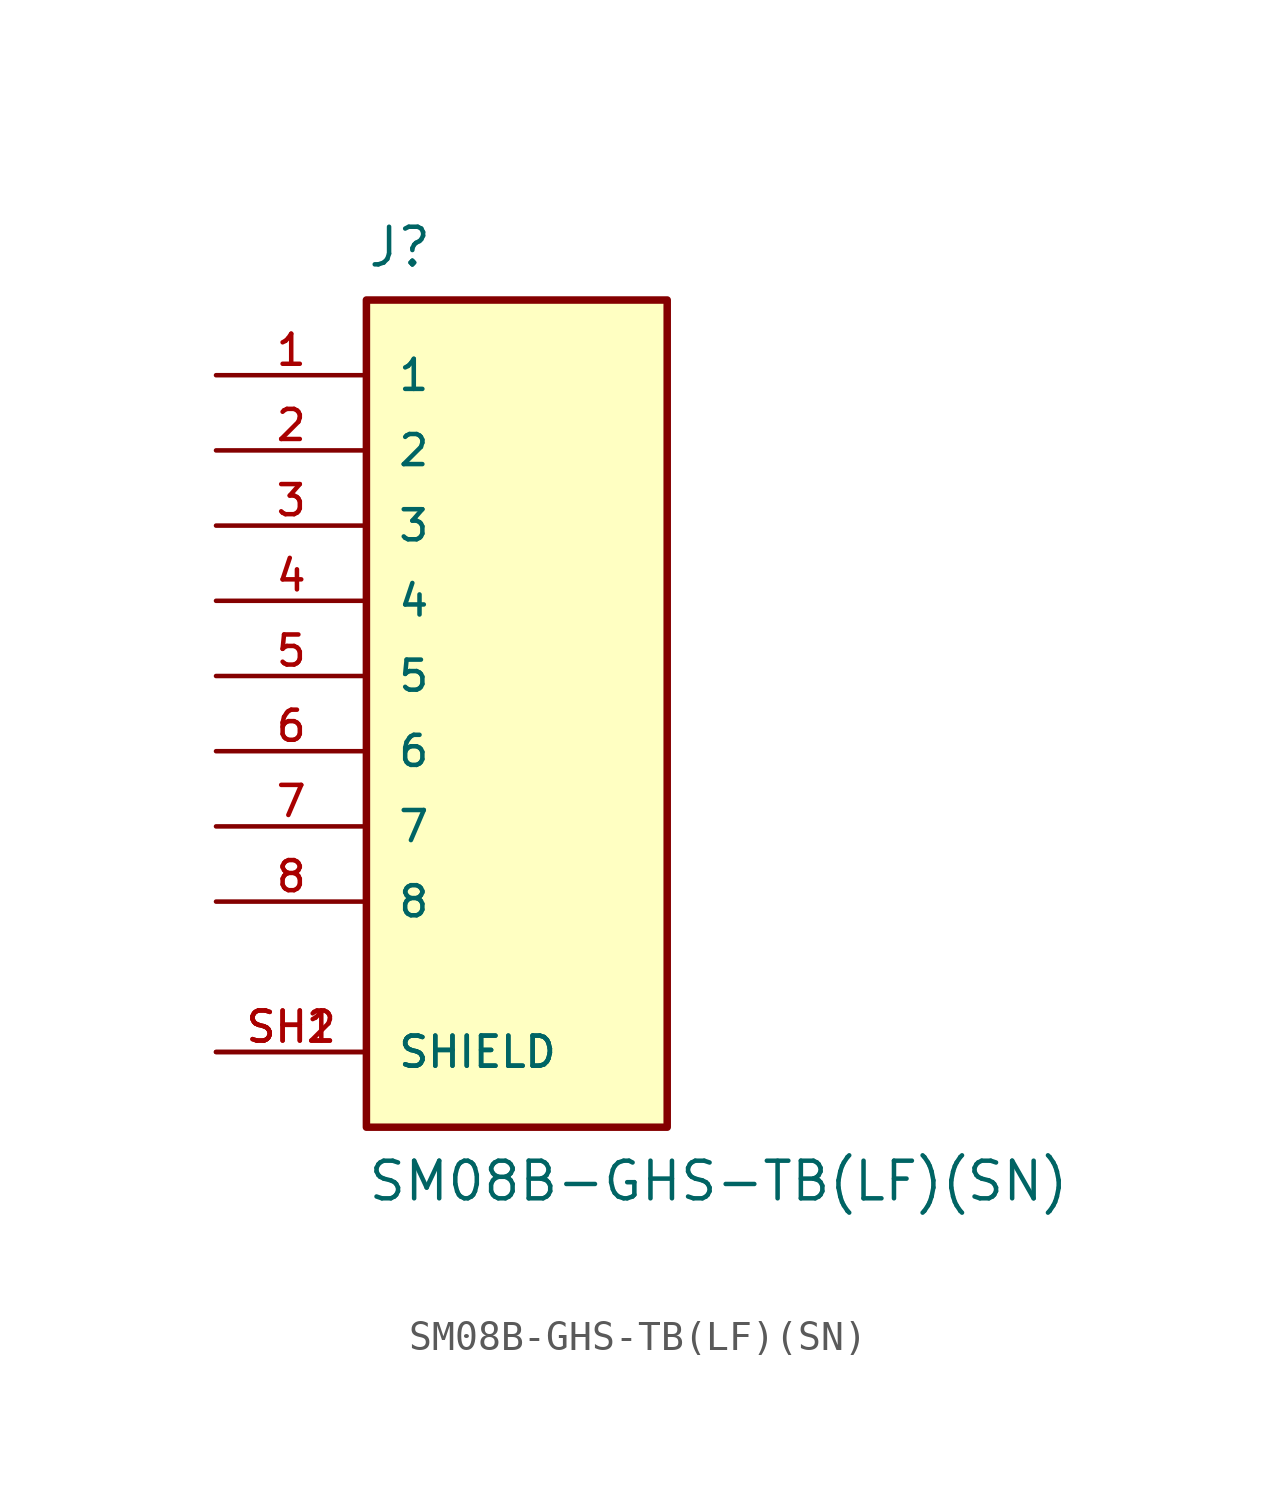
<source format=kicad_sym>
(kicad_symbol_lib
  (version 20211014)
  (generator kicad_symbol_editor)
  (symbol "SM08B-GHS-TB(LF)(SN)"
    (pin_names
      (offset 1.016))
    (property "Reference" "J"
      (at -5.08 13.741 0)
      (effects (font (size 1.27 1.27)) (justify left bottom)))
    (property "Value" "SM08B-GHS-TB(LF)(SN)"
      (at -5.08 -17.805 0)
      (effects (font (size 1.27 1.27)) (justify left bottom)))
    (property "ki_locked" ""
      (at 0 0 0)
      (effects (font (size 1.27 1.27))))
    (symbol "SM08B-GHS-TB(LF)(SN)_0_0"
      (rectangle (start -5.08 -15.24) (end 5.08 12.7) (stroke (width 0.254) (type default) (color 0 0 0 0)) (fill (type background)))
      (pin passive line (at -10.16 10.16 0) (length 5.08) (name "1" (effects (font (size 1.016 1.016)))) (number "1" (effects (font (size 1.016 1.016)))))
      (pin passive line (at -10.16 7.62 0) (length 5.08) (name "2" (effects (font (size 1.016 1.016)))) (number "2" (effects (font (size 1.016 1.016)))))
      (pin passive line (at -10.16 5.08 0) (length 5.08) (name "3" (effects (font (size 1.016 1.016)))) (number "3" (effects (font (size 1.016 1.016)))))
      (pin passive line (at -10.16 2.54 0) (length 5.08) (name "4" (effects (font (size 1.016 1.016)))) (number "4" (effects (font (size 1.016 1.016)))))
      (pin passive line (at -10.16 0 0) (length 5.08) (name "5" (effects (font (size 1.016 1.016)))) (number "5" (effects (font (size 1.016 1.016)))))
      (pin passive line (at -10.16 -2.54 0) (length 5.08) (name "6" (effects (font (size 1.016 1.016)))) (number "6" (effects (font (size 1.016 1.016)))))
      (pin passive line (at -10.16 -5.08 0) (length 5.08) (name "7" (effects (font (size 1.016 1.016)))) (number "7" (effects (font (size 1.016 1.016)))))
      (pin passive line (at -10.16 -7.62 0) (length 5.08) (name "8" (effects (font (size 1.016 1.016)))) (number "8" (effects (font (size 1.016 1.016)))))
      (pin passive line (at -10.16 -12.7 0) (length 5.08) (name "SHIELD" (effects (font (size 1.016 1.016)))) (number "SH1" (effects (font (size 1.016 1.016)))))
      (pin passive line (at -10.16 -12.7 0) (length 5.08) (name "SHIELD" (effects (font (size 1.016 1.016)))) (number "SH2" (effects (font (size 1.016 1.016))))))))
</source>
